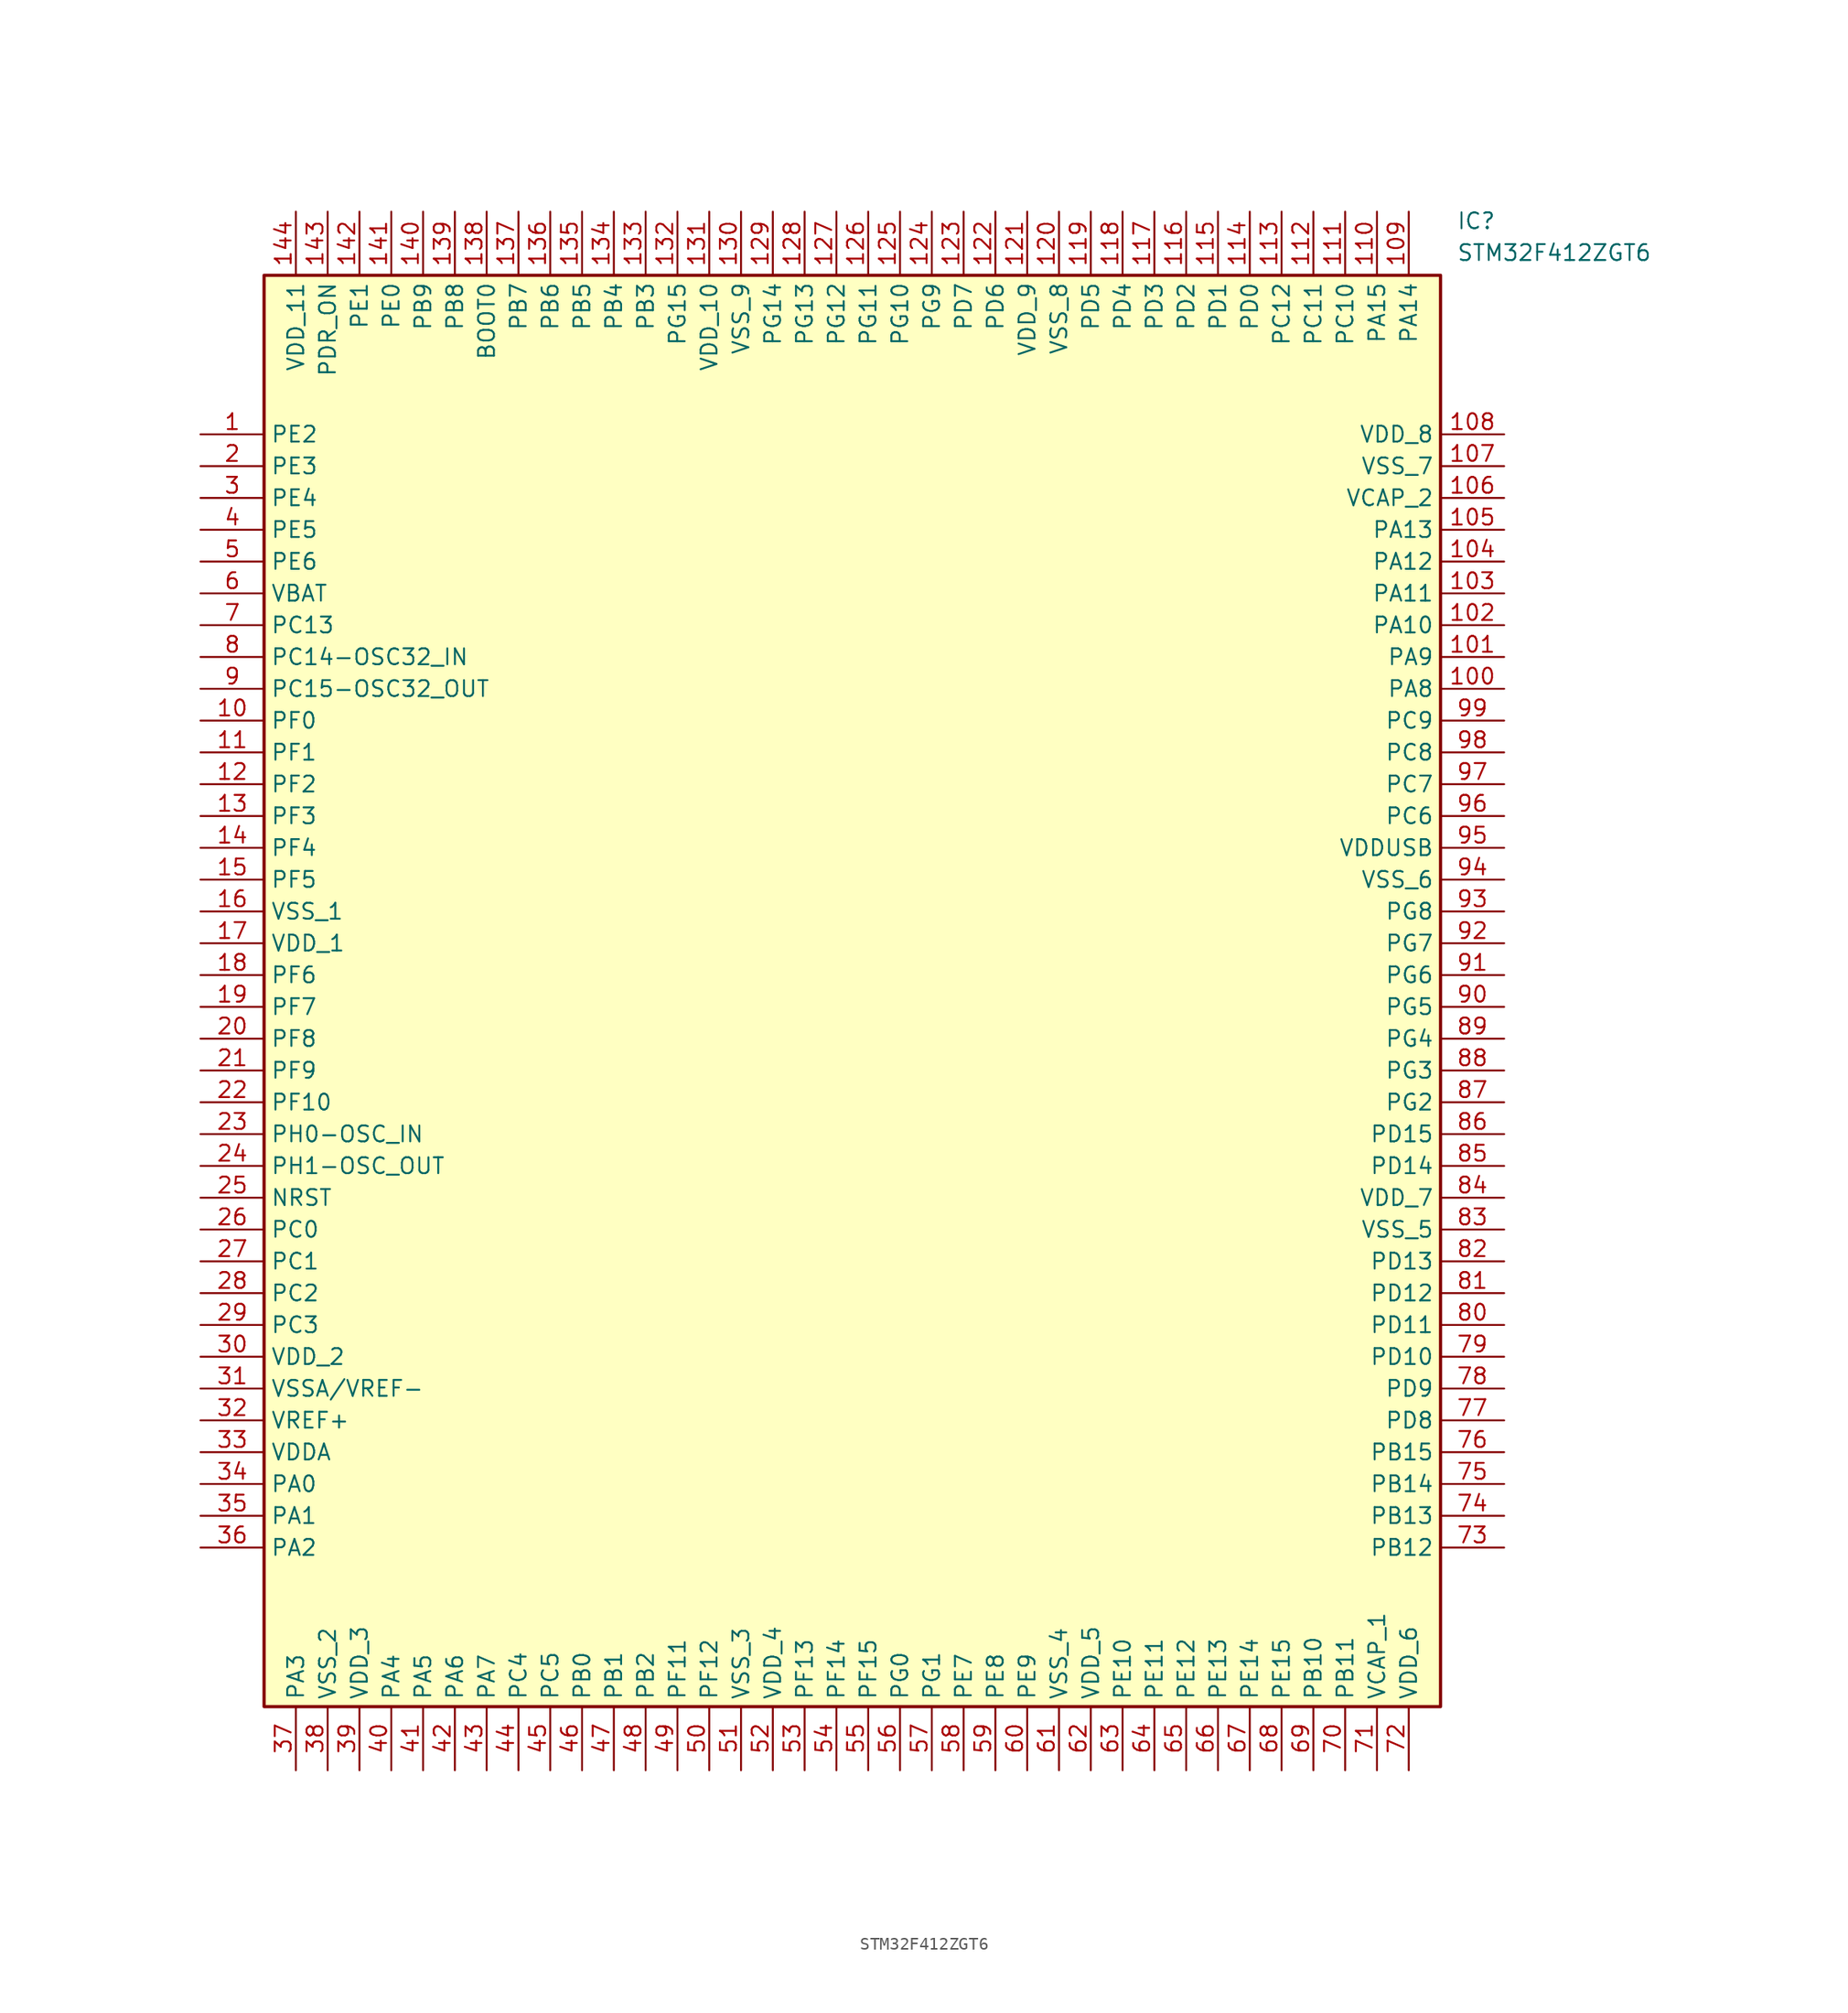
<source format=kicad_sym>
(kicad_symbol_lib
  (version 20211014)
  (generator SamacSys_ECAD_Model)
  (symbol "STM32F412ZGT6"
    (property "Reference" "IC"
      (at 100.33 17.78 0)
      (effects (font (size 1.27 1.27)) (justify left top)))
    (property "Value" "STM32F412ZGT6"
      (at 100.33 15.24 0)
      (effects (font (size 1.27 1.27)) (justify left top)))
    (rectangle
      (start 5.08 12.7)
      (end 99.06 -101.6)
      (stroke (width 0.254) (type default))
      (fill (type background)))
    (pin passive line
      (at 0 0 0)
      (length 5.08)
      (name "PE2" (effects (font (size 1.27 1.27))))
      (number "1" (effects (font (size 1.27 1.27)))))
    (pin passive line
      (at 0 -2.54 0)
      (length 5.08)
      (name "PE3" (effects (font (size 1.27 1.27))))
      (number "2" (effects (font (size 1.27 1.27)))))
    (pin passive line
      (at 0 -5.08 0)
      (length 5.08)
      (name "PE4" (effects (font (size 1.27 1.27))))
      (number "3" (effects (font (size 1.27 1.27)))))
    (pin passive line
      (at 0 -7.62 0)
      (length 5.08)
      (name "PE5" (effects (font (size 1.27 1.27))))
      (number "4" (effects (font (size 1.27 1.27)))))
    (pin passive line
      (at 0 -10.16 0)
      (length 5.08)
      (name "PE6" (effects (font (size 1.27 1.27))))
      (number "5" (effects (font (size 1.27 1.27)))))
    (pin passive line
      (at 0 -12.7 0)
      (length 5.08)
      (name "VBAT" (effects (font (size 1.27 1.27))))
      (number "6" (effects (font (size 1.27 1.27)))))
    (pin passive line
      (at 0 -15.24 0)
      (length 5.08)
      (name "PC13" (effects (font (size 1.27 1.27))))
      (number "7" (effects (font (size 1.27 1.27)))))
    (pin passive line
      (at 0 -17.78 0)
      (length 5.08)
      (name "PC14-OSC32_IN" (effects (font (size 1.27 1.27))))
      (number "8" (effects (font (size 1.27 1.27)))))
    (pin passive line
      (at 0 -20.32 0)
      (length 5.08)
      (name "PC15-OSC32_OUT" (effects (font (size 1.27 1.27))))
      (number "9" (effects (font (size 1.27 1.27)))))
    (pin passive line
      (at 0 -22.86 0)
      (length 5.08)
      (name "PF0" (effects (font (size 1.27 1.27))))
      (number "10" (effects (font (size 1.27 1.27)))))
    (pin passive line
      (at 0 -25.4 0)
      (length 5.08)
      (name "PF1" (effects (font (size 1.27 1.27))))
      (number "11" (effects (font (size 1.27 1.27)))))
    (pin passive line
      (at 0 -27.94 0)
      (length 5.08)
      (name "PF2" (effects (font (size 1.27 1.27))))
      (number "12" (effects (font (size 1.27 1.27)))))
    (pin passive line
      (at 0 -30.48 0)
      (length 5.08)
      (name "PF3" (effects (font (size 1.27 1.27))))
      (number "13" (effects (font (size 1.27 1.27)))))
    (pin passive line
      (at 0 -33.02 0)
      (length 5.08)
      (name "PF4" (effects (font (size 1.27 1.27))))
      (number "14" (effects (font (size 1.27 1.27)))))
    (pin passive line
      (at 0 -35.56 0)
      (length 5.08)
      (name "PF5" (effects (font (size 1.27 1.27))))
      (number "15" (effects (font (size 1.27 1.27)))))
    (pin passive line
      (at 0 -38.1 0)
      (length 5.08)
      (name "VSS_1" (effects (font (size 1.27 1.27))))
      (number "16" (effects (font (size 1.27 1.27)))))
    (pin passive line
      (at 0 -40.64 0)
      (length 5.08)
      (name "VDD_1" (effects (font (size 1.27 1.27))))
      (number "17" (effects (font (size 1.27 1.27)))))
    (pin passive line
      (at 0 -43.18 0)
      (length 5.08)
      (name "PF6" (effects (font (size 1.27 1.27))))
      (number "18" (effects (font (size 1.27 1.27)))))
    (pin passive line
      (at 0 -45.72 0)
      (length 5.08)
      (name "PF7" (effects (font (size 1.27 1.27))))
      (number "19" (effects (font (size 1.27 1.27)))))
    (pin passive line
      (at 0 -48.26 0)
      (length 5.08)
      (name "PF8" (effects (font (size 1.27 1.27))))
      (number "20" (effects (font (size 1.27 1.27)))))
    (pin passive line
      (at 0 -50.8 0)
      (length 5.08)
      (name "PF9" (effects (font (size 1.27 1.27))))
      (number "21" (effects (font (size 1.27 1.27)))))
    (pin passive line
      (at 0 -53.34 0)
      (length 5.08)
      (name "PF10" (effects (font (size 1.27 1.27))))
      (number "22" (effects (font (size 1.27 1.27)))))
    (pin passive line
      (at 0 -55.88 0)
      (length 5.08)
      (name "PH0-OSC_IN" (effects (font (size 1.27 1.27))))
      (number "23" (effects (font (size 1.27 1.27)))))
    (pin passive line
      (at 0 -58.42 0)
      (length 5.08)
      (name "PH1-OSC_OUT" (effects (font (size 1.27 1.27))))
      (number "24" (effects (font (size 1.27 1.27)))))
    (pin passive line
      (at 0 -60.96 0)
      (length 5.08)
      (name "NRST" (effects (font (size 1.27 1.27))))
      (number "25" (effects (font (size 1.27 1.27)))))
    (pin passive line
      (at 0 -63.5 0)
      (length 5.08)
      (name "PC0" (effects (font (size 1.27 1.27))))
      (number "26" (effects (font (size 1.27 1.27)))))
    (pin passive line
      (at 0 -66.04 0)
      (length 5.08)
      (name "PC1" (effects (font (size 1.27 1.27))))
      (number "27" (effects (font (size 1.27 1.27)))))
    (pin passive line
      (at 0 -68.58 0)
      (length 5.08)
      (name "PC2" (effects (font (size 1.27 1.27))))
      (number "28" (effects (font (size 1.27 1.27)))))
    (pin passive line
      (at 0 -71.12 0)
      (length 5.08)
      (name "PC3" (effects (font (size 1.27 1.27))))
      (number "29" (effects (font (size 1.27 1.27)))))
    (pin passive line
      (at 0 -73.66 0)
      (length 5.08)
      (name "VDD_2" (effects (font (size 1.27 1.27))))
      (number "30" (effects (font (size 1.27 1.27)))))
    (pin passive line
      (at 0 -76.2 0)
      (length 5.08)
      (name "VSSA/VREF-" (effects (font (size 1.27 1.27))))
      (number "31" (effects (font (size 1.27 1.27)))))
    (pin passive line
      (at 0 -78.74 0)
      (length 5.08)
      (name "VREF+" (effects (font (size 1.27 1.27))))
      (number "32" (effects (font (size 1.27 1.27)))))
    (pin passive line
      (at 0 -81.28 0)
      (length 5.08)
      (name "VDDA" (effects (font (size 1.27 1.27))))
      (number "33" (effects (font (size 1.27 1.27)))))
    (pin passive line
      (at 0 -83.82 0)
      (length 5.08)
      (name "PA0" (effects (font (size 1.27 1.27))))
      (number "34" (effects (font (size 1.27 1.27)))))
    (pin passive line
      (at 0 -86.36 0)
      (length 5.08)
      (name "PA1" (effects (font (size 1.27 1.27))))
      (number "35" (effects (font (size 1.27 1.27)))))
    (pin passive line
      (at 0 -88.9 0)
      (length 5.08)
      (name "PA2" (effects (font (size 1.27 1.27))))
      (number "36" (effects (font (size 1.27 1.27)))))
    (pin passive line
      (at 7.62 -106.68 90)
      (length 5.08)
      (name "PA3" (effects (font (size 1.27 1.27))))
      (number "37" (effects (font (size 1.27 1.27)))))
    (pin passive line
      (at 10.16 -106.68 90)
      (length 5.08)
      (name "VSS_2" (effects (font (size 1.27 1.27))))
      (number "38" (effects (font (size 1.27 1.27)))))
    (pin passive line
      (at 12.7 -106.68 90)
      (length 5.08)
      (name "VDD_3" (effects (font (size 1.27 1.27))))
      (number "39" (effects (font (size 1.27 1.27)))))
    (pin passive line
      (at 15.24 -106.68 90)
      (length 5.08)
      (name "PA4" (effects (font (size 1.27 1.27))))
      (number "40" (effects (font (size 1.27 1.27)))))
    (pin passive line
      (at 17.78 -106.68 90)
      (length 5.08)
      (name "PA5" (effects (font (size 1.27 1.27))))
      (number "41" (effects (font (size 1.27 1.27)))))
    (pin passive line
      (at 20.32 -106.68 90)
      (length 5.08)
      (name "PA6" (effects (font (size 1.27 1.27))))
      (number "42" (effects (font (size 1.27 1.27)))))
    (pin passive line
      (at 22.86 -106.68 90)
      (length 5.08)
      (name "PA7" (effects (font (size 1.27 1.27))))
      (number "43" (effects (font (size 1.27 1.27)))))
    (pin passive line
      (at 25.4 -106.68 90)
      (length 5.08)
      (name "PC4" (effects (font (size 1.27 1.27))))
      (number "44" (effects (font (size 1.27 1.27)))))
    (pin passive line
      (at 27.94 -106.68 90)
      (length 5.08)
      (name "PC5" (effects (font (size 1.27 1.27))))
      (number "45" (effects (font (size 1.27 1.27)))))
    (pin passive line
      (at 30.48 -106.68 90)
      (length 5.08)
      (name "PB0" (effects (font (size 1.27 1.27))))
      (number "46" (effects (font (size 1.27 1.27)))))
    (pin passive line
      (at 33.02 -106.68 90)
      (length 5.08)
      (name "PB1" (effects (font (size 1.27 1.27))))
      (number "47" (effects (font (size 1.27 1.27)))))
    (pin passive line
      (at 35.56 -106.68 90)
      (length 5.08)
      (name "PB2" (effects (font (size 1.27 1.27))))
      (number "48" (effects (font (size 1.27 1.27)))))
    (pin passive line
      (at 38.1 -106.68 90)
      (length 5.08)
      (name "PF11" (effects (font (size 1.27 1.27))))
      (number "49" (effects (font (size 1.27 1.27)))))
    (pin passive line
      (at 40.64 -106.68 90)
      (length 5.08)
      (name "PF12" (effects (font (size 1.27 1.27))))
      (number "50" (effects (font (size 1.27 1.27)))))
    (pin passive line
      (at 43.18 -106.68 90)
      (length 5.08)
      (name "VSS_3" (effects (font (size 1.27 1.27))))
      (number "51" (effects (font (size 1.27 1.27)))))
    (pin passive line
      (at 45.72 -106.68 90)
      (length 5.08)
      (name "VDD_4" (effects (font (size 1.27 1.27))))
      (number "52" (effects (font (size 1.27 1.27)))))
    (pin passive line
      (at 48.26 -106.68 90)
      (length 5.08)
      (name "PF13" (effects (font (size 1.27 1.27))))
      (number "53" (effects (font (size 1.27 1.27)))))
    (pin passive line
      (at 50.8 -106.68 90)
      (length 5.08)
      (name "PF14" (effects (font (size 1.27 1.27))))
      (number "54" (effects (font (size 1.27 1.27)))))
    (pin passive line
      (at 53.34 -106.68 90)
      (length 5.08)
      (name "PF15" (effects (font (size 1.27 1.27))))
      (number "55" (effects (font (size 1.27 1.27)))))
    (pin passive line
      (at 55.88 -106.68 90)
      (length 5.08)
      (name "PG0" (effects (font (size 1.27 1.27))))
      (number "56" (effects (font (size 1.27 1.27)))))
    (pin passive line
      (at 58.42 -106.68 90)
      (length 5.08)
      (name "PG1" (effects (font (size 1.27 1.27))))
      (number "57" (effects (font (size 1.27 1.27)))))
    (pin passive line
      (at 60.96 -106.68 90)
      (length 5.08)
      (name "PE7" (effects (font (size 1.27 1.27))))
      (number "58" (effects (font (size 1.27 1.27)))))
    (pin passive line
      (at 63.5 -106.68 90)
      (length 5.08)
      (name "PE8" (effects (font (size 1.27 1.27))))
      (number "59" (effects (font (size 1.27 1.27)))))
    (pin passive line
      (at 66.04 -106.68 90)
      (length 5.08)
      (name "PE9" (effects (font (size 1.27 1.27))))
      (number "60" (effects (font (size 1.27 1.27)))))
    (pin passive line
      (at 68.58 -106.68 90)
      (length 5.08)
      (name "VSS_4" (effects (font (size 1.27 1.27))))
      (number "61" (effects (font (size 1.27 1.27)))))
    (pin passive line
      (at 71.12 -106.68 90)
      (length 5.08)
      (name "VDD_5" (effects (font (size 1.27 1.27))))
      (number "62" (effects (font (size 1.27 1.27)))))
    (pin passive line
      (at 73.66 -106.68 90)
      (length 5.08)
      (name "PE10" (effects (font (size 1.27 1.27))))
      (number "63" (effects (font (size 1.27 1.27)))))
    (pin passive line
      (at 76.2 -106.68 90)
      (length 5.08)
      (name "PE11" (effects (font (size 1.27 1.27))))
      (number "64" (effects (font (size 1.27 1.27)))))
    (pin passive line
      (at 78.74 -106.68 90)
      (length 5.08)
      (name "PE12" (effects (font (size 1.27 1.27))))
      (number "65" (effects (font (size 1.27 1.27)))))
    (pin passive line
      (at 81.28 -106.68 90)
      (length 5.08)
      (name "PE13" (effects (font (size 1.27 1.27))))
      (number "66" (effects (font (size 1.27 1.27)))))
    (pin passive line
      (at 83.82 -106.68 90)
      (length 5.08)
      (name "PE14" (effects (font (size 1.27 1.27))))
      (number "67" (effects (font (size 1.27 1.27)))))
    (pin passive line
      (at 86.36 -106.68 90)
      (length 5.08)
      (name "PE15" (effects (font (size 1.27 1.27))))
      (number "68" (effects (font (size 1.27 1.27)))))
    (pin passive line
      (at 88.9 -106.68 90)
      (length 5.08)
      (name "PB10" (effects (font (size 1.27 1.27))))
      (number "69" (effects (font (size 1.27 1.27)))))
    (pin passive line
      (at 91.44 -106.68 90)
      (length 5.08)
      (name "PB11" (effects (font (size 1.27 1.27))))
      (number "70" (effects (font (size 1.27 1.27)))))
    (pin passive line
      (at 93.98 -106.68 90)
      (length 5.08)
      (name "VCAP_1" (effects (font (size 1.27 1.27))))
      (number "71" (effects (font (size 1.27 1.27)))))
    (pin passive line
      (at 96.52 -106.68 90)
      (length 5.08)
      (name "VDD_6" (effects (font (size 1.27 1.27))))
      (number "72" (effects (font (size 1.27 1.27)))))
    (pin passive line
      (at 104.14 0 180)
      (length 5.08)
      (name "VDD_8" (effects (font (size 1.27 1.27))))
      (number "108" (effects (font (size 1.27 1.27)))))
    (pin passive line
      (at 104.14 -2.54 180)
      (length 5.08)
      (name "VSS_7" (effects (font (size 1.27 1.27))))
      (number "107" (effects (font (size 1.27 1.27)))))
    (pin passive line
      (at 104.14 -5.08 180)
      (length 5.08)
      (name "VCAP_2" (effects (font (size 1.27 1.27))))
      (number "106" (effects (font (size 1.27 1.27)))))
    (pin passive line
      (at 104.14 -7.62 180)
      (length 5.08)
      (name "PA13" (effects (font (size 1.27 1.27))))
      (number "105" (effects (font (size 1.27 1.27)))))
    (pin passive line
      (at 104.14 -10.16 180)
      (length 5.08)
      (name "PA12" (effects (font (size 1.27 1.27))))
      (number "104" (effects (font (size 1.27 1.27)))))
    (pin passive line
      (at 104.14 -12.7 180)
      (length 5.08)
      (name "PA11" (effects (font (size 1.27 1.27))))
      (number "103" (effects (font (size 1.27 1.27)))))
    (pin passive line
      (at 104.14 -15.24 180)
      (length 5.08)
      (name "PA10" (effects (font (size 1.27 1.27))))
      (number "102" (effects (font (size 1.27 1.27)))))
    (pin passive line
      (at 104.14 -17.78 180)
      (length 5.08)
      (name "PA9" (effects (font (size 1.27 1.27))))
      (number "101" (effects (font (size 1.27 1.27)))))
    (pin passive line
      (at 104.14 -20.32 180)
      (length 5.08)
      (name "PA8" (effects (font (size 1.27 1.27))))
      (number "100" (effects (font (size 1.27 1.27)))))
    (pin passive line
      (at 104.14 -22.86 180)
      (length 5.08)
      (name "PC9" (effects (font (size 1.27 1.27))))
      (number "99" (effects (font (size 1.27 1.27)))))
    (pin passive line
      (at 104.14 -25.4 180)
      (length 5.08)
      (name "PC8" (effects (font (size 1.27 1.27))))
      (number "98" (effects (font (size 1.27 1.27)))))
    (pin passive line
      (at 104.14 -27.94 180)
      (length 5.08)
      (name "PC7" (effects (font (size 1.27 1.27))))
      (number "97" (effects (font (size 1.27 1.27)))))
    (pin passive line
      (at 104.14 -30.48 180)
      (length 5.08)
      (name "PC6" (effects (font (size 1.27 1.27))))
      (number "96" (effects (font (size 1.27 1.27)))))
    (pin passive line
      (at 104.14 -33.02 180)
      (length 5.08)
      (name "VDDUSB" (effects (font (size 1.27 1.27))))
      (number "95" (effects (font (size 1.27 1.27)))))
    (pin passive line
      (at 104.14 -35.56 180)
      (length 5.08)
      (name "VSS_6" (effects (font (size 1.27 1.27))))
      (number "94" (effects (font (size 1.27 1.27)))))
    (pin passive line
      (at 104.14 -38.1 180)
      (length 5.08)
      (name "PG8" (effects (font (size 1.27 1.27))))
      (number "93" (effects (font (size 1.27 1.27)))))
    (pin passive line
      (at 104.14 -40.64 180)
      (length 5.08)
      (name "PG7" (effects (font (size 1.27 1.27))))
      (number "92" (effects (font (size 1.27 1.27)))))
    (pin passive line
      (at 104.14 -43.18 180)
      (length 5.08)
      (name "PG6" (effects (font (size 1.27 1.27))))
      (number "91" (effects (font (size 1.27 1.27)))))
    (pin passive line
      (at 104.14 -45.72 180)
      (length 5.08)
      (name "PG5" (effects (font (size 1.27 1.27))))
      (number "90" (effects (font (size 1.27 1.27)))))
    (pin passive line
      (at 104.14 -48.26 180)
      (length 5.08)
      (name "PG4" (effects (font (size 1.27 1.27))))
      (number "89" (effects (font (size 1.27 1.27)))))
    (pin passive line
      (at 104.14 -50.8 180)
      (length 5.08)
      (name "PG3" (effects (font (size 1.27 1.27))))
      (number "88" (effects (font (size 1.27 1.27)))))
    (pin passive line
      (at 104.14 -53.34 180)
      (length 5.08)
      (name "PG2" (effects (font (size 1.27 1.27))))
      (number "87" (effects (font (size 1.27 1.27)))))
    (pin passive line
      (at 104.14 -55.88 180)
      (length 5.08)
      (name "PD15" (effects (font (size 1.27 1.27))))
      (number "86" (effects (font (size 1.27 1.27)))))
    (pin passive line
      (at 104.14 -58.42 180)
      (length 5.08)
      (name "PD14" (effects (font (size 1.27 1.27))))
      (number "85" (effects (font (size 1.27 1.27)))))
    (pin passive line
      (at 104.14 -60.96 180)
      (length 5.08)
      (name "VDD_7" (effects (font (size 1.27 1.27))))
      (number "84" (effects (font (size 1.27 1.27)))))
    (pin passive line
      (at 104.14 -63.5 180)
      (length 5.08)
      (name "VSS_5" (effects (font (size 1.27 1.27))))
      (number "83" (effects (font (size 1.27 1.27)))))
    (pin passive line
      (at 104.14 -66.04 180)
      (length 5.08)
      (name "PD13" (effects (font (size 1.27 1.27))))
      (number "82" (effects (font (size 1.27 1.27)))))
    (pin passive line
      (at 104.14 -68.58 180)
      (length 5.08)
      (name "PD12" (effects (font (size 1.27 1.27))))
      (number "81" (effects (font (size 1.27 1.27)))))
    (pin passive line
      (at 104.14 -71.12 180)
      (length 5.08)
      (name "PD11" (effects (font (size 1.27 1.27))))
      (number "80" (effects (font (size 1.27 1.27)))))
    (pin passive line
      (at 104.14 -73.66 180)
      (length 5.08)
      (name "PD10" (effects (font (size 1.27 1.27))))
      (number "79" (effects (font (size 1.27 1.27)))))
    (pin passive line
      (at 104.14 -76.2 180)
      (length 5.08)
      (name "PD9" (effects (font (size 1.27 1.27))))
      (number "78" (effects (font (size 1.27 1.27)))))
    (pin passive line
      (at 104.14 -78.74 180)
      (length 5.08)
      (name "PD8" (effects (font (size 1.27 1.27))))
      (number "77" (effects (font (size 1.27 1.27)))))
    (pin passive line
      (at 104.14 -81.28 180)
      (length 5.08)
      (name "PB15" (effects (font (size 1.27 1.27))))
      (number "76" (effects (font (size 1.27 1.27)))))
    (pin passive line
      (at 104.14 -83.82 180)
      (length 5.08)
      (name "PB14" (effects (font (size 1.27 1.27))))
      (number "75" (effects (font (size 1.27 1.27)))))
    (pin passive line
      (at 104.14 -86.36 180)
      (length 5.08)
      (name "PB13" (effects (font (size 1.27 1.27))))
      (number "74" (effects (font (size 1.27 1.27)))))
    (pin passive line
      (at 104.14 -88.9 180)
      (length 5.08)
      (name "PB12" (effects (font (size 1.27 1.27))))
      (number "73" (effects (font (size 1.27 1.27)))))
    (pin passive line
      (at 7.62 17.78 270)
      (length 5.08)
      (name "VDD_11" (effects (font (size 1.27 1.27))))
      (number "144" (effects (font (size 1.27 1.27)))))
    (pin passive line
      (at 10.16 17.78 270)
      (length 5.08)
      (name "PDR_ON" (effects (font (size 1.27 1.27))))
      (number "143" (effects (font (size 1.27 1.27)))))
    (pin passive line
      (at 12.7 17.78 270)
      (length 5.08)
      (name "PE1" (effects (font (size 1.27 1.27))))
      (number "142" (effects (font (size 1.27 1.27)))))
    (pin passive line
      (at 15.24 17.78 270)
      (length 5.08)
      (name "PE0" (effects (font (size 1.27 1.27))))
      (number "141" (effects (font (size 1.27 1.27)))))
    (pin passive line
      (at 17.78 17.78 270)
      (length 5.08)
      (name "PB9" (effects (font (size 1.27 1.27))))
      (number "140" (effects (font (size 1.27 1.27)))))
    (pin passive line
      (at 20.32 17.78 270)
      (length 5.08)
      (name "PB8" (effects (font (size 1.27 1.27))))
      (number "139" (effects (font (size 1.27 1.27)))))
    (pin passive line
      (at 22.86 17.78 270)
      (length 5.08)
      (name "BOOT0" (effects (font (size 1.27 1.27))))
      (number "138" (effects (font (size 1.27 1.27)))))
    (pin passive line
      (at 25.4 17.78 270)
      (length 5.08)
      (name "PB7" (effects (font (size 1.27 1.27))))
      (number "137" (effects (font (size 1.27 1.27)))))
    (pin passive line
      (at 27.94 17.78 270)
      (length 5.08)
      (name "PB6" (effects (font (size 1.27 1.27))))
      (number "136" (effects (font (size 1.27 1.27)))))
    (pin passive line
      (at 30.48 17.78 270)
      (length 5.08)
      (name "PB5" (effects (font (size 1.27 1.27))))
      (number "135" (effects (font (size 1.27 1.27)))))
    (pin passive line
      (at 33.02 17.78 270)
      (length 5.08)
      (name "PB4" (effects (font (size 1.27 1.27))))
      (number "134" (effects (font (size 1.27 1.27)))))
    (pin passive line
      (at 35.56 17.78 270)
      (length 5.08)
      (name "PB3" (effects (font (size 1.27 1.27))))
      (number "133" (effects (font (size 1.27 1.27)))))
    (pin passive line
      (at 38.1 17.78 270)
      (length 5.08)
      (name "PG15" (effects (font (size 1.27 1.27))))
      (number "132" (effects (font (size 1.27 1.27)))))
    (pin passive line
      (at 40.64 17.78 270)
      (length 5.08)
      (name "VDD_10" (effects (font (size 1.27 1.27))))
      (number "131" (effects (font (size 1.27 1.27)))))
    (pin passive line
      (at 43.18 17.78 270)
      (length 5.08)
      (name "VSS_9" (effects (font (size 1.27 1.27))))
      (number "130" (effects (font (size 1.27 1.27)))))
    (pin passive line
      (at 45.72 17.78 270)
      (length 5.08)
      (name "PG14" (effects (font (size 1.27 1.27))))
      (number "129" (effects (font (size 1.27 1.27)))))
    (pin passive line
      (at 48.26 17.78 270)
      (length 5.08)
      (name "PG13" (effects (font (size 1.27 1.27))))
      (number "128" (effects (font (size 1.27 1.27)))))
    (pin passive line
      (at 50.8 17.78 270)
      (length 5.08)
      (name "PG12" (effects (font (size 1.27 1.27))))
      (number "127" (effects (font (size 1.27 1.27)))))
    (pin passive line
      (at 53.34 17.78 270)
      (length 5.08)
      (name "PG11" (effects (font (size 1.27 1.27))))
      (number "126" (effects (font (size 1.27 1.27)))))
    (pin passive line
      (at 55.88 17.78 270)
      (length 5.08)
      (name "PG10" (effects (font (size 1.27 1.27))))
      (number "125" (effects (font (size 1.27 1.27)))))
    (pin passive line
      (at 58.42 17.78 270)
      (length 5.08)
      (name "PG9" (effects (font (size 1.27 1.27))))
      (number "124" (effects (font (size 1.27 1.27)))))
    (pin passive line
      (at 60.96 17.78 270)
      (length 5.08)
      (name "PD7" (effects (font (size 1.27 1.27))))
      (number "123" (effects (font (size 1.27 1.27)))))
    (pin passive line
      (at 63.5 17.78 270)
      (length 5.08)
      (name "PD6" (effects (font (size 1.27 1.27))))
      (number "122" (effects (font (size 1.27 1.27)))))
    (pin passive line
      (at 66.04 17.78 270)
      (length 5.08)
      (name "VDD_9" (effects (font (size 1.27 1.27))))
      (number "121" (effects (font (size 1.27 1.27)))))
    (pin passive line
      (at 68.58 17.78 270)
      (length 5.08)
      (name "VSS_8" (effects (font (size 1.27 1.27))))
      (number "120" (effects (font (size 1.27 1.27)))))
    (pin passive line
      (at 71.12 17.78 270)
      (length 5.08)
      (name "PD5" (effects (font (size 1.27 1.27))))
      (number "119" (effects (font (size 1.27 1.27)))))
    (pin passive line
      (at 73.66 17.78 270)
      (length 5.08)
      (name "PD4" (effects (font (size 1.27 1.27))))
      (number "118" (effects (font (size 1.27 1.27)))))
    (pin passive line
      (at 76.2 17.78 270)
      (length 5.08)
      (name "PD3" (effects (font (size 1.27 1.27))))
      (number "117" (effects (font (size 1.27 1.27)))))
    (pin passive line
      (at 78.74 17.78 270)
      (length 5.08)
      (name "PD2" (effects (font (size 1.27 1.27))))
      (number "116" (effects (font (size 1.27 1.27)))))
    (pin passive line
      (at 81.28 17.78 270)
      (length 5.08)
      (name "PD1" (effects (font (size 1.27 1.27))))
      (number "115" (effects (font (size 1.27 1.27)))))
    (pin passive line
      (at 83.82 17.78 270)
      (length 5.08)
      (name "PD0" (effects (font (size 1.27 1.27))))
      (number "114" (effects (font (size 1.27 1.27)))))
    (pin passive line
      (at 86.36 17.78 270)
      (length 5.08)
      (name "PC12" (effects (font (size 1.27 1.27))))
      (number "113" (effects (font (size 1.27 1.27)))))
    (pin passive line
      (at 88.9 17.78 270)
      (length 5.08)
      (name "PC11" (effects (font (size 1.27 1.27))))
      (number "112" (effects (font (size 1.27 1.27)))))
    (pin passive line
      (at 91.44 17.78 270)
      (length 5.08)
      (name "PC10" (effects (font (size 1.27 1.27))))
      (number "111" (effects (font (size 1.27 1.27)))))
    (pin passive line
      (at 93.98 17.78 270)
      (length 5.08)
      (name "PA15" (effects (font (size 1.27 1.27))))
      (number "110" (effects (font (size 1.27 1.27)))))
    (pin passive line
      (at 96.52 17.78 270)
      (length 5.08)
      (name "PA14" (effects (font (size 1.27 1.27))))
      (number "109" (effects (font (size 1.27 1.27)))))))
</source>
